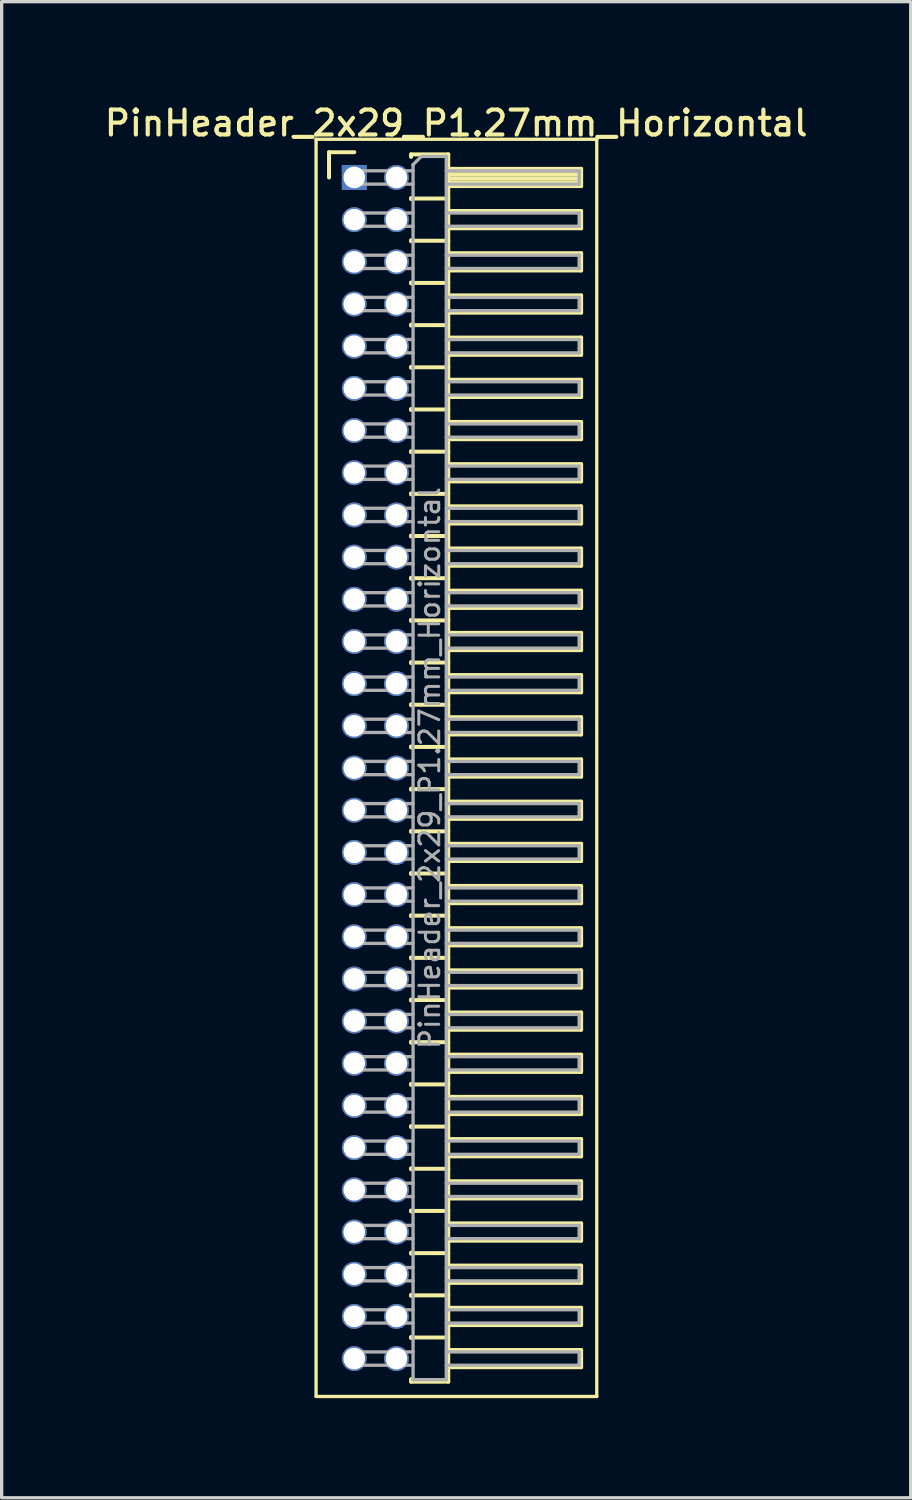
<source format=kicad_pcb>
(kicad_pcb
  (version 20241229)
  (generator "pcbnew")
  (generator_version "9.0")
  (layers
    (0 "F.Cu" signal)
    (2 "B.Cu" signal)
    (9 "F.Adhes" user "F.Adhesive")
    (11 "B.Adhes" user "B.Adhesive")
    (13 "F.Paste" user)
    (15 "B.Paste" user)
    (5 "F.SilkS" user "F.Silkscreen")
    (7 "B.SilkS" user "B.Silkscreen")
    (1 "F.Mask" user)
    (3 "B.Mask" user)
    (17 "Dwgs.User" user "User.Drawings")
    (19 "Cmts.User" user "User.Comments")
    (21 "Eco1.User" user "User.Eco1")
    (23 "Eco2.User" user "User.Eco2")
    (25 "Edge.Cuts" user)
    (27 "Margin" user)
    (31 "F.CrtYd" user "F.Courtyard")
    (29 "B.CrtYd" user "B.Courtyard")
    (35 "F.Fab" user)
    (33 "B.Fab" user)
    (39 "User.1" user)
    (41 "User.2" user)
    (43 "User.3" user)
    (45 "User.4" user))
  (footprint "PinHeader_2x29_P1.27mm_Horizontal"
    (layer "F.Cu")
    (at 7.616 2.293)
    (property "Reference" "PinHeader_2x29_P1.27mm_Horizontal" (at 3.067 -1.635 0) (layer "F.SilkS") (effects (font (size 0.75 0.75) (thickness 0.125))))
    (attr through_hole)
    (fp_line (start -1.15 -1.15) (end -1.15 36.7) (stroke (width 0.1) (type solid)) (layer "F.SilkS"))
    (fp_line (start -1.15 36.7) (end 7.3 36.7) (stroke (width 0.1) (type solid)) (layer "F.SilkS"))
    (fp_line (start -0.76 -0.76) (end 0 -0.76) (stroke (width 0.12) (type solid)) (layer "F.SilkS"))
    (fp_line (start -0.76 0) (end -0.76 -0.76) (stroke (width 0.12) (type solid)) (layer "F.SilkS"))
    (fp_line (start 1.71 -0.695) (end 2.83 -0.695) (stroke (width 0.12) (type solid)) (layer "F.SilkS"))
    (fp_line (start 1.71 -0.62) (end 1.71 -0.695) (stroke (width 0.12) (type solid)) (layer "F.SilkS"))
    (fp_line (start 1.71 0.62) (end 1.71 0.65) (stroke (width 0.12) (type solid)) (layer "F.SilkS"))
    (fp_line (start 1.71 0.635) (end 2.83 0.635) (stroke (width 0.12) (type solid)) (layer "F.SilkS"))
    (fp_line (start 1.71 1.89) (end 1.71 1.92) (stroke (width 0.12) (type solid)) (layer "F.SilkS"))
    (fp_line (start 1.71 1.905) (end 2.83 1.905) (stroke (width 0.12) (type solid)) (layer "F.SilkS"))
    (fp_line (start 1.71 3.16) (end 1.71 3.19) (stroke (width 0.12) (type solid)) (layer "F.SilkS"))
    (fp_line (start 1.71 3.175) (end 2.83 3.175) (stroke (width 0.12) (type solid)) (layer "F.SilkS"))
    (fp_line (start 1.71 4.43) (end 1.71 4.46) (stroke (width 0.12) (type solid)) (layer "F.SilkS"))
    (fp_line (start 1.71 4.445) (end 2.83 4.445) (stroke (width 0.12) (type solid)) (layer "F.SilkS"))
    (fp_line (start 1.71 5.7) (end 1.71 5.73) (stroke (width 0.12) (type solid)) (layer "F.SilkS"))
    (fp_line (start 1.71 5.715) (end 2.83 5.715) (stroke (width 0.12) (type solid)) (layer "F.SilkS"))
    (fp_line (start 1.71 6.97) (end 1.71 7) (stroke (width 0.12) (type solid)) (layer "F.SilkS"))
    (fp_line (start 1.71 6.985) (end 2.83 6.985) (stroke (width 0.12) (type solid)) (layer "F.SilkS"))
    (fp_line (start 1.71 8.24) (end 1.71 8.27) (stroke (width 0.12) (type solid)) (layer "F.SilkS"))
    (fp_line (start 1.71 8.255) (end 2.83 8.255) (stroke (width 0.12) (type solid)) (layer "F.SilkS"))
    (fp_line (start 1.71 9.51) (end 1.71 9.54) (stroke (width 0.12) (type solid)) (layer "F.SilkS"))
    (fp_line (start 1.71 9.525) (end 2.83 9.525) (stroke (width 0.12) (type solid)) (layer "F.SilkS"))
    (fp_line (start 1.71 10.78) (end 1.71 10.81) (stroke (width 0.12) (type solid)) (layer "F.SilkS"))
    (fp_line (start 1.71 10.795) (end 2.83 10.795) (stroke (width 0.12) (type solid)) (layer "F.SilkS"))
    (fp_line (start 1.71 12.05) (end 1.71 12.08) (stroke (width 0.12) (type solid)) (layer "F.SilkS"))
    (fp_line (start 1.71 12.065) (end 2.83 12.065) (stroke (width 0.12) (type solid)) (layer "F.SilkS"))
    (fp_line (start 1.71 13.32) (end 1.71 13.35) (stroke (width 0.12) (type solid)) (layer "F.SilkS"))
    (fp_line (start 1.71 13.335) (end 2.83 13.335) (stroke (width 0.12) (type solid)) (layer "F.SilkS"))
    (fp_line (start 1.71 14.59) (end 1.71 14.62) (stroke (width 0.12) (type solid)) (layer "F.SilkS"))
    (fp_line (start 1.71 14.605) (end 2.83 14.605) (stroke (width 0.12) (type solid)) (layer "F.SilkS"))
    (fp_line (start 1.71 15.86) (end 1.71 15.89) (stroke (width 0.12) (type solid)) (layer "F.SilkS"))
    (fp_line (start 1.71 15.875) (end 2.83 15.875) (stroke (width 0.12) (type solid)) (layer "F.SilkS"))
    (fp_line (start 1.71 17.13) (end 1.71 17.16) (stroke (width 0.12) (type solid)) (layer "F.SilkS"))
    (fp_line (start 1.71 17.145) (end 2.83 17.145) (stroke (width 0.12) (type solid)) (layer "F.SilkS"))
    (fp_line (start 1.71 18.4) (end 1.71 18.43) (stroke (width 0.12) (type solid)) (layer "F.SilkS"))
    (fp_line (start 1.71 18.415) (end 2.83 18.415) (stroke (width 0.12) (type solid)) (layer "F.SilkS"))
    (fp_line (start 1.71 19.67) (end 1.71 19.7) (stroke (width 0.12) (type solid)) (layer "F.SilkS"))
    (fp_line (start 1.71 19.685) (end 2.83 19.685) (stroke (width 0.12) (type solid)) (layer "F.SilkS"))
    (fp_line (start 1.71 20.94) (end 1.71 20.97) (stroke (width 0.12) (type solid)) (layer "F.SilkS"))
    (fp_line (start 1.71 20.955) (end 2.83 20.955) (stroke (width 0.12) (type solid)) (layer "F.SilkS"))
    (fp_line (start 1.71 22.21) (end 1.71 22.24) (stroke (width 0.12) (type solid)) (layer "F.SilkS"))
    (fp_line (start 1.71 22.225) (end 2.83 22.225) (stroke (width 0.12) (type solid)) (layer "F.SilkS"))
    (fp_line (start 1.71 23.48) (end 1.71 23.51) (stroke (width 0.12) (type solid)) (layer "F.SilkS"))
    (fp_line (start 1.71 23.495) (end 2.83 23.495) (stroke (width 0.12) (type solid)) (layer "F.SilkS"))
    (fp_line (start 1.71 24.75) (end 1.71 24.78) (stroke (width 0.12) (type solid)) (layer "F.SilkS"))
    (fp_line (start 1.71 24.765) (end 2.83 24.765) (stroke (width 0.12) (type solid)) (layer "F.SilkS"))
    (fp_line (start 1.71 26.02) (end 1.71 26.05) (stroke (width 0.12) (type solid)) (layer "F.SilkS"))
    (fp_line (start 1.71 26.035) (end 2.83 26.035) (stroke (width 0.12) (type solid)) (layer "F.SilkS"))
    (fp_line (start 1.71 27.29) (end 1.71 27.32) (stroke (width 0.12) (type solid)) (layer "F.SilkS"))
    (fp_line (start 1.71 27.305) (end 2.83 27.305) (stroke (width 0.12) (type solid)) (layer "F.SilkS"))
    (fp_line (start 1.71 28.56) (end 1.71 28.59) (stroke (width 0.12) (type solid)) (layer "F.SilkS"))
    (fp_line (start 1.71 28.575) (end 2.83 28.575) (stroke (width 0.12) (type solid)) (layer "F.SilkS"))
    (fp_line (start 1.71 29.83) (end 1.71 29.86) (stroke (width 0.12) (type solid)) (layer "F.SilkS"))
    (fp_line (start 1.71 29.845) (end 2.83 29.845) (stroke (width 0.12) (type solid)) (layer "F.SilkS"))
    (fp_line (start 1.71 31.1) (end 1.71 31.13) (stroke (width 0.12) (type solid)) (layer "F.SilkS"))
    (fp_line (start 1.71 31.115) (end 2.83 31.115) (stroke (width 0.12) (type solid)) (layer "F.SilkS"))
    (fp_line (start 1.71 32.37) (end 1.71 32.4) (stroke (width 0.12) (type solid)) (layer "F.SilkS"))
    (fp_line (start 1.71 32.385) (end 2.83 32.385) (stroke (width 0.12) (type solid)) (layer "F.SilkS"))
    (fp_line (start 1.71 33.64) (end 1.71 33.67) (stroke (width 0.12) (type solid)) (layer "F.SilkS"))
    (fp_line (start 1.71 33.655) (end 2.83 33.655) (stroke (width 0.12) (type solid)) (layer "F.SilkS"))
    (fp_line (start 1.71 34.91) (end 1.71 34.94) (stroke (width 0.12) (type solid)) (layer "F.SilkS"))
    (fp_line (start 1.71 34.925) (end 2.83 34.925) (stroke (width 0.12) (type solid)) (layer "F.SilkS"))
    (fp_line (start 1.71 36.255) (end 1.71 36.18) (stroke (width 0.12) (type solid)) (layer "F.SilkS"))
    (fp_line (start 2.83 -0.695) (end 2.83 36.255) (stroke (width 0.12) (type solid)) (layer "F.SilkS"))
    (fp_line (start 2.83 -0.26) (end 6.83 -0.26) (stroke (width 0.12) (type solid)) (layer "F.SilkS"))
    (fp_line (start 2.83 -0.2) (end 6.83 -0.2) (stroke (width 0.12) (type solid)) (layer "F.SilkS"))
    (fp_line (start 2.83 -0.08) (end 6.83 -0.08) (stroke (width 0.12) (type solid)) (layer "F.SilkS"))
    (fp_line (start 2.83 0.04) (end 6.83 0.04) (stroke (width 0.12) (type solid)) (layer "F.SilkS"))
    (fp_line (start 2.83 0.16) (end 6.83 0.16) (stroke (width 0.12) (type solid)) (layer "F.SilkS"))
    (fp_line (start 2.83 1.01) (end 6.83 1.01) (stroke (width 0.12) (type solid)) (layer "F.SilkS"))
    (fp_line (start 2.83 2.28) (end 6.83 2.28) (stroke (width 0.12) (type solid)) (layer "F.SilkS"))
    (fp_line (start 2.83 3.55) (end 6.83 3.55) (stroke (width 0.12) (type solid)) (layer "F.SilkS"))
    (fp_line (start 2.83 4.82) (end 6.83 4.82) (stroke (width 0.12) (type solid)) (layer "F.SilkS"))
    (fp_line (start 2.83 6.09) (end 6.83 6.09) (stroke (width 0.12) (type solid)) (layer "F.SilkS"))
    (fp_line (start 2.83 7.36) (end 6.83 7.36) (stroke (width 0.12) (type solid)) (layer "F.SilkS"))
    (fp_line (start 2.83 8.63) (end 6.83 8.63) (stroke (width 0.12) (type solid)) (layer "F.SilkS"))
    (fp_line (start 2.83 9.9) (end 6.83 9.9) (stroke (width 0.12) (type solid)) (layer "F.SilkS"))
    (fp_line (start 2.83 11.17) (end 6.83 11.17) (stroke (width 0.12) (type solid)) (layer "F.SilkS"))
    (fp_line (start 2.83 12.44) (end 6.83 12.44) (stroke (width 0.12) (type solid)) (layer "F.SilkS"))
    (fp_line (start 2.83 13.71) (end 6.83 13.71) (stroke (width 0.12) (type solid)) (layer "F.SilkS"))
    (fp_line (start 2.83 14.98) (end 6.83 14.98) (stroke (width 0.12) (type solid)) (layer "F.SilkS"))
    (fp_line (start 2.83 16.25) (end 6.83 16.25) (stroke (width 0.12) (type solid)) (layer "F.SilkS"))
    (fp_line (start 2.83 17.52) (end 6.83 17.52) (stroke (width 0.12) (type solid)) (layer "F.SilkS"))
    (fp_line (start 2.83 18.79) (end 6.83 18.79) (stroke (width 0.12) (type solid)) (layer "F.SilkS"))
    (fp_line (start 2.83 20.06) (end 6.83 20.06) (stroke (width 0.12) (type solid)) (layer "F.SilkS"))
    (fp_line (start 2.83 21.33) (end 6.83 21.33) (stroke (width 0.12) (type solid)) (layer "F.SilkS"))
    (fp_line (start 2.83 22.6) (end 6.83 22.6) (stroke (width 0.12) (type solid)) (layer "F.SilkS"))
    (fp_line (start 2.83 23.87) (end 6.83 23.87) (stroke (width 0.12) (type solid)) (layer "F.SilkS"))
    (fp_line (start 2.83 25.14) (end 6.83 25.14) (stroke (width 0.12) (type solid)) (layer "F.SilkS"))
    (fp_line (start 2.83 26.41) (end 6.83 26.41) (stroke (width 0.12) (type solid)) (layer "F.SilkS"))
    (fp_line (start 2.83 27.68) (end 6.83 27.68) (stroke (width 0.12) (type solid)) (layer "F.SilkS"))
    (fp_line (start 2.83 28.95) (end 6.83 28.95) (stroke (width 0.12) (type solid)) (layer "F.SilkS"))
    (fp_line (start 2.83 30.22) (end 6.83 30.22) (stroke (width 0.12) (type solid)) (layer "F.SilkS"))
    (fp_line (start 2.83 31.49) (end 6.83 31.49) (stroke (width 0.12) (type solid)) (layer "F.SilkS"))
    (fp_line (start 2.83 32.76) (end 6.83 32.76) (stroke (width 0.12) (type solid)) (layer "F.SilkS"))
    (fp_line (start 2.83 34.03) (end 6.83 34.03) (stroke (width 0.12) (type solid)) (layer "F.SilkS"))
    (fp_line (start 2.83 35.3) (end 6.83 35.3) (stroke (width 0.12) (type solid)) (layer "F.SilkS"))
    (fp_line (start 2.83 36.255) (end 1.71 36.255) (stroke (width 0.12) (type solid)) (layer "F.SilkS"))
    (fp_line (start 6.83 -0.26) (end 6.83 0.26) (stroke (width 0.12) (type solid)) (layer "F.SilkS"))
    (fp_line (start 6.83 0.26) (end 2.83 0.26) (stroke (width 0.12) (type solid)) (layer "F.SilkS"))
    (fp_line (start 6.83 1.01) (end 6.83 1.53) (stroke (width 0.12) (type solid)) (layer "F.SilkS"))
    (fp_line (start 6.83 1.53) (end 2.83 1.53) (stroke (width 0.12) (type solid)) (layer "F.SilkS"))
    (fp_line (start 6.83 2.28) (end 6.83 2.8) (stroke (width 0.12) (type solid)) (layer "F.SilkS"))
    (fp_line (start 6.83 2.8) (end 2.83 2.8) (stroke (width 0.12) (type solid)) (layer "F.SilkS"))
    (fp_line (start 6.83 3.55) (end 6.83 4.07) (stroke (width 0.12) (type solid)) (layer "F.SilkS"))
    (fp_line (start 6.83 4.07) (end 2.83 4.07) (stroke (width 0.12) (type solid)) (layer "F.SilkS"))
    (fp_line (start 6.83 4.82) (end 6.83 5.34) (stroke (width 0.12) (type solid)) (layer "F.SilkS"))
    (fp_line (start 6.83 5.34) (end 2.83 5.34) (stroke (width 0.12) (type solid)) (layer "F.SilkS"))
    (fp_line (start 6.83 6.09) (end 6.83 6.61) (stroke (width 0.12) (type solid)) (layer "F.SilkS"))
    (fp_line (start 6.83 6.61) (end 2.83 6.61) (stroke (width 0.12) (type solid)) (layer "F.SilkS"))
    (fp_line (start 6.83 7.36) (end 6.83 7.88) (stroke (width 0.12) (type solid)) (layer "F.SilkS"))
    (fp_line (start 6.83 7.88) (end 2.83 7.88) (stroke (width 0.12) (type solid)) (layer "F.SilkS"))
    (fp_line (start 6.83 8.63) (end 6.83 9.15) (stroke (width 0.12) (type solid)) (layer "F.SilkS"))
    (fp_line (start 6.83 9.15) (end 2.83 9.15) (stroke (width 0.12) (type solid)) (layer "F.SilkS"))
    (fp_line (start 6.83 9.9) (end 6.83 10.42) (stroke (width 0.12) (type solid)) (layer "F.SilkS"))
    (fp_line (start 6.83 10.42) (end 2.83 10.42) (stroke (width 0.12) (type solid)) (layer "F.SilkS"))
    (fp_line (start 6.83 11.17) (end 6.83 11.69) (stroke (width 0.12) (type solid)) (layer "F.SilkS"))
    (fp_line (start 6.83 11.69) (end 2.83 11.69) (stroke (width 0.12) (type solid)) (layer "F.SilkS"))
    (fp_line (start 6.83 12.44) (end 6.83 12.96) (stroke (width 0.12) (type solid)) (layer "F.SilkS"))
    (fp_line (start 6.83 12.96) (end 2.83 12.96) (stroke (width 0.12) (type solid)) (layer "F.SilkS"))
    (fp_line (start 6.83 13.71) (end 6.83 14.23) (stroke (width 0.12) (type solid)) (layer "F.SilkS"))
    (fp_line (start 6.83 14.23) (end 2.83 14.23) (stroke (width 0.12) (type solid)) (layer "F.SilkS"))
    (fp_line (start 6.83 14.98) (end 6.83 15.5) (stroke (width 0.12) (type solid)) (layer "F.SilkS"))
    (fp_line (start 6.83 15.5) (end 2.83 15.5) (stroke (width 0.12) (type solid)) (layer "F.SilkS"))
    (fp_line (start 6.83 16.25) (end 6.83 16.77) (stroke (width 0.12) (type solid)) (layer "F.SilkS"))
    (fp_line (start 6.83 16.77) (end 2.83 16.77) (stroke (width 0.12) (type solid)) (layer "F.SilkS"))
    (fp_line (start 6.83 17.52) (end 6.83 18.04) (stroke (width 0.12) (type solid)) (layer "F.SilkS"))
    (fp_line (start 6.83 18.04) (end 2.83 18.04) (stroke (width 0.12) (type solid)) (layer "F.SilkS"))
    (fp_line (start 6.83 18.79) (end 6.83 19.31) (stroke (width 0.12) (type solid)) (layer "F.SilkS"))
    (fp_line (start 6.83 19.31) (end 2.83 19.31) (stroke (width 0.12) (type solid)) (layer "F.SilkS"))
    (fp_line (start 6.83 20.06) (end 6.83 20.58) (stroke (width 0.12) (type solid)) (layer "F.SilkS"))
    (fp_line (start 6.83 20.58) (end 2.83 20.58) (stroke (width 0.12) (type solid)) (layer "F.SilkS"))
    (fp_line (start 6.83 21.33) (end 6.83 21.85) (stroke (width 0.12) (type solid)) (layer "F.SilkS"))
    (fp_line (start 6.83 21.85) (end 2.83 21.85) (stroke (width 0.12) (type solid)) (layer "F.SilkS"))
    (fp_line (start 6.83 22.6) (end 6.83 23.12) (stroke (width 0.12) (type solid)) (layer "F.SilkS"))
    (fp_line (start 6.83 23.12) (end 2.83 23.12) (stroke (width 0.12) (type solid)) (layer "F.SilkS"))
    (fp_line (start 6.83 23.87) (end 6.83 24.39) (stroke (width 0.12) (type solid)) (layer "F.SilkS"))
    (fp_line (start 6.83 24.39) (end 2.83 24.39) (stroke (width 0.12) (type solid)) (layer "F.SilkS"))
    (fp_line (start 6.83 25.14) (end 6.83 25.66) (stroke (width 0.12) (type solid)) (layer "F.SilkS"))
    (fp_line (start 6.83 25.66) (end 2.83 25.66) (stroke (width 0.12) (type solid)) (layer "F.SilkS"))
    (fp_line (start 6.83 26.41) (end 6.83 26.93) (stroke (width 0.12) (type solid)) (layer "F.SilkS"))
    (fp_line (start 6.83 26.93) (end 2.83 26.93) (stroke (width 0.12) (type solid)) (layer "F.SilkS"))
    (fp_line (start 6.83 27.68) (end 6.83 28.2) (stroke (width 0.12) (type solid)) (layer "F.SilkS"))
    (fp_line (start 6.83 28.2) (end 2.83 28.2) (stroke (width 0.12) (type solid)) (layer "F.SilkS"))
    (fp_line (start 6.83 28.95) (end 6.83 29.47) (stroke (width 0.12) (type solid)) (layer "F.SilkS"))
    (fp_line (start 6.83 29.47) (end 2.83 29.47) (stroke (width 0.12) (type solid)) (layer "F.SilkS"))
    (fp_line (start 6.83 30.22) (end 6.83 30.74) (stroke (width 0.12) (type solid)) (layer "F.SilkS"))
    (fp_line (start 6.83 30.74) (end 2.83 30.74) (stroke (width 0.12) (type solid)) (layer "F.SilkS"))
    (fp_line (start 6.83 31.49) (end 6.83 32.01) (stroke (width 0.12) (type solid)) (layer "F.SilkS"))
    (fp_line (start 6.83 32.01) (end 2.83 32.01) (stroke (width 0.12) (type solid)) (layer "F.SilkS"))
    (fp_line (start 6.83 32.76) (end 6.83 33.28) (stroke (width 0.12) (type solid)) (layer "F.SilkS"))
    (fp_line (start 6.83 33.28) (end 2.83 33.28) (stroke (width 0.12) (type solid)) (layer "F.SilkS"))
    (fp_line (start 6.83 34.03) (end 6.83 34.55) (stroke (width 0.12) (type solid)) (layer "F.SilkS"))
    (fp_line (start 6.83 34.55) (end 2.83 34.55) (stroke (width 0.12) (type solid)) (layer "F.SilkS"))
    (fp_line (start 6.83 35.3) (end 6.83 35.82) (stroke (width 0.12) (type solid)) (layer "F.SilkS"))
    (fp_line (start 6.83 35.82) (end 2.83 35.82) (stroke (width 0.12) (type solid)) (layer "F.SilkS"))
    (fp_line (start 7.3 -1.15) (end -1.15 -1.15) (stroke (width 0.1) (type solid)) (layer "F.SilkS"))
    (fp_line (start 7.3 36.7) (end 7.3 -1.15) (stroke (width 0.1) (type solid)) (layer "F.SilkS"))
    (fp_line (start -0.2 -0.2) (end -0.2 0.2) (stroke (width 0.1) (type solid)) (layer "F.Fab"))
    (fp_line (start -0.2 -0.2) (end 1.77 -0.2) (stroke (width 0.1) (type solid)) (layer "F.Fab"))
    (fp_line (start -0.2 0.2) (end 1.77 0.2) (stroke (width 0.1) (type solid)) (layer "F.Fab"))
    (fp_line (start -0.2 1.07) (end -0.2 1.47) (stroke (width 0.1) (type solid)) (layer "F.Fab"))
    (fp_line (start -0.2 1.07) (end 1.77 1.07) (stroke (width 0.1) (type solid)) (layer "F.Fab"))
    (fp_line (start -0.2 1.47) (end 1.77 1.47) (stroke (width 0.1) (type solid)) (layer "F.Fab"))
    (fp_line (start -0.2 2.34) (end -0.2 2.74) (stroke (width 0.1) (type solid)) (layer "F.Fab"))
    (fp_line (start -0.2 2.34) (end 1.77 2.34) (stroke (width 0.1) (type solid)) (layer "F.Fab"))
    (fp_line (start -0.2 2.74) (end 1.77 2.74) (stroke (width 0.1) (type solid)) (layer "F.Fab"))
    (fp_line (start -0.2 3.61) (end -0.2 4.01) (stroke (width 0.1) (type solid)) (layer "F.Fab"))
    (fp_line (start -0.2 3.61) (end 1.77 3.61) (stroke (width 0.1) (type solid)) (layer "F.Fab"))
    (fp_line (start -0.2 4.01) (end 1.77 4.01) (stroke (width 0.1) (type solid)) (layer "F.Fab"))
    (fp_line (start -0.2 4.88) (end -0.2 5.28) (stroke (width 0.1) (type solid)) (layer "F.Fab"))
    (fp_line (start -0.2 4.88) (end 1.77 4.88) (stroke (width 0.1) (type solid)) (layer "F.Fab"))
    (fp_line (start -0.2 5.28) (end 1.77 5.28) (stroke (width 0.1) (type solid)) (layer "F.Fab"))
    (fp_line (start -0.2 6.15) (end -0.2 6.55) (stroke (width 0.1) (type solid)) (layer "F.Fab"))
    (fp_line (start -0.2 6.15) (end 1.77 6.15) (stroke (width 0.1) (type solid)) (layer "F.Fab"))
    (fp_line (start -0.2 6.55) (end 1.77 6.55) (stroke (width 0.1) (type solid)) (layer "F.Fab"))
    (fp_line (start -0.2 7.42) (end -0.2 7.82) (stroke (width 0.1) (type solid)) (layer "F.Fab"))
    (fp_line (start -0.2 7.42) (end 1.77 7.42) (stroke (width 0.1) (type solid)) (layer "F.Fab"))
    (fp_line (start -0.2 7.82) (end 1.77 7.82) (stroke (width 0.1) (type solid)) (layer "F.Fab"))
    (fp_line (start -0.2 8.69) (end -0.2 9.09) (stroke (width 0.1) (type solid)) (layer "F.Fab"))
    (fp_line (start -0.2 8.69) (end 1.77 8.69) (stroke (width 0.1) (type solid)) (layer "F.Fab"))
    (fp_line (start -0.2 9.09) (end 1.77 9.09) (stroke (width 0.1) (type solid)) (layer "F.Fab"))
    (fp_line (start -0.2 9.96) (end -0.2 10.36) (stroke (width 0.1) (type solid)) (layer "F.Fab"))
    (fp_line (start -0.2 9.96) (end 1.77 9.96) (stroke (width 0.1) (type solid)) (layer "F.Fab"))
    (fp_line (start -0.2 10.36) (end 1.77 10.36) (stroke (width 0.1) (type solid)) (layer "F.Fab"))
    (fp_line (start -0.2 11.23) (end -0.2 11.63) (stroke (width 0.1) (type solid)) (layer "F.Fab"))
    (fp_line (start -0.2 11.23) (end 1.77 11.23) (stroke (width 0.1) (type solid)) (layer "F.Fab"))
    (fp_line (start -0.2 11.63) (end 1.77 11.63) (stroke (width 0.1) (type solid)) (layer "F.Fab"))
    (fp_line (start -0.2 12.5) (end -0.2 12.9) (stroke (width 0.1) (type solid)) (layer "F.Fab"))
    (fp_line (start -0.2 12.5) (end 1.77 12.5) (stroke (width 0.1) (type solid)) (layer "F.Fab"))
    (fp_line (start -0.2 12.9) (end 1.77 12.9) (stroke (width 0.1) (type solid)) (layer "F.Fab"))
    (fp_line (start -0.2 13.77) (end -0.2 14.17) (stroke (width 0.1) (type solid)) (layer "F.Fab"))
    (fp_line (start -0.2 13.77) (end 1.77 13.77) (stroke (width 0.1) (type solid)) (layer "F.Fab"))
    (fp_line (start -0.2 14.17) (end 1.77 14.17) (stroke (width 0.1) (type solid)) (layer "F.Fab"))
    (fp_line (start -0.2 15.04) (end -0.2 15.44) (stroke (width 0.1) (type solid)) (layer "F.Fab"))
    (fp_line (start -0.2 15.04) (end 1.77 15.04) (stroke (width 0.1) (type solid)) (layer "F.Fab"))
    (fp_line (start -0.2 15.44) (end 1.77 15.44) (stroke (width 0.1) (type solid)) (layer "F.Fab"))
    (fp_line (start -0.2 16.31) (end -0.2 16.71) (stroke (width 0.1) (type solid)) (layer "F.Fab"))
    (fp_line (start -0.2 16.31) (end 1.77 16.31) (stroke (width 0.1) (type solid)) (layer "F.Fab"))
    (fp_line (start -0.2 16.71) (end 1.77 16.71) (stroke (width 0.1) (type solid)) (layer "F.Fab"))
    (fp_line (start -0.2 17.58) (end -0.2 17.98) (stroke (width 0.1) (type solid)) (layer "F.Fab"))
    (fp_line (start -0.2 17.58) (end 1.77 17.58) (stroke (width 0.1) (type solid)) (layer "F.Fab"))
    (fp_line (start -0.2 17.98) (end 1.77 17.98) (stroke (width 0.1) (type solid)) (layer "F.Fab"))
    (fp_line (start -0.2 18.85) (end -0.2 19.25) (stroke (width 0.1) (type solid)) (layer "F.Fab"))
    (fp_line (start -0.2 18.85) (end 1.77 18.85) (stroke (width 0.1) (type solid)) (layer "F.Fab"))
    (fp_line (start -0.2 19.25) (end 1.77 19.25) (stroke (width 0.1) (type solid)) (layer "F.Fab"))
    (fp_line (start -0.2 20.12) (end -0.2 20.52) (stroke (width 0.1) (type solid)) (layer "F.Fab"))
    (fp_line (start -0.2 20.12) (end 1.77 20.12) (stroke (width 0.1) (type solid)) (layer "F.Fab"))
    (fp_line (start -0.2 20.52) (end 1.77 20.52) (stroke (width 0.1) (type solid)) (layer "F.Fab"))
    (fp_line (start -0.2 21.39) (end -0.2 21.79) (stroke (width 0.1) (type solid)) (layer "F.Fab"))
    (fp_line (start -0.2 21.39) (end 1.77 21.39) (stroke (width 0.1) (type solid)) (layer "F.Fab"))
    (fp_line (start -0.2 21.79) (end 1.77 21.79) (stroke (width 0.1) (type solid)) (layer "F.Fab"))
    (fp_line (start -0.2 22.66) (end -0.2 23.06) (stroke (width 0.1) (type solid)) (layer "F.Fab"))
    (fp_line (start -0.2 22.66) (end 1.77 22.66) (stroke (width 0.1) (type solid)) (layer "F.Fab"))
    (fp_line (start -0.2 23.06) (end 1.77 23.06) (stroke (width 0.1) (type solid)) (layer "F.Fab"))
    (fp_line (start -0.2 23.93) (end -0.2 24.33) (stroke (width 0.1) (type solid)) (layer "F.Fab"))
    (fp_line (start -0.2 23.93) (end 1.77 23.93) (stroke (width 0.1) (type solid)) (layer "F.Fab"))
    (fp_line (start -0.2 24.33) (end 1.77 24.33) (stroke (width 0.1) (type solid)) (layer "F.Fab"))
    (fp_line (start -0.2 25.2) (end -0.2 25.6) (stroke (width 0.1) (type solid)) (layer "F.Fab"))
    (fp_line (start -0.2 25.2) (end 1.77 25.2) (stroke (width 0.1) (type solid)) (layer "F.Fab"))
    (fp_line (start -0.2 25.6) (end 1.77 25.6) (stroke (width 0.1) (type solid)) (layer "F.Fab"))
    (fp_line (start -0.2 26.47) (end -0.2 26.87) (stroke (width 0.1) (type solid)) (layer "F.Fab"))
    (fp_line (start -0.2 26.47) (end 1.77 26.47) (stroke (width 0.1) (type solid)) (layer "F.Fab"))
    (fp_line (start -0.2 26.87) (end 1.77 26.87) (stroke (width 0.1) (type solid)) (layer "F.Fab"))
    (fp_line (start -0.2 27.74) (end -0.2 28.14) (stroke (width 0.1) (type solid)) (layer "F.Fab"))
    (fp_line (start -0.2 27.74) (end 1.77 27.74) (stroke (width 0.1) (type solid)) (layer "F.Fab"))
    (fp_line (start -0.2 28.14) (end 1.77 28.14) (stroke (width 0.1) (type solid)) (layer "F.Fab"))
    (fp_line (start -0.2 29.01) (end -0.2 29.41) (stroke (width 0.1) (type solid)) (layer "F.Fab"))
    (fp_line (start -0.2 29.01) (end 1.77 29.01) (stroke (width 0.1) (type solid)) (layer "F.Fab"))
    (fp_line (start -0.2 29.41) (end 1.77 29.41) (stroke (width 0.1) (type solid)) (layer "F.Fab"))
    (fp_line (start -0.2 30.28) (end -0.2 30.68) (stroke (width 0.1) (type solid)) (layer "F.Fab"))
    (fp_line (start -0.2 30.28) (end 1.77 30.28) (stroke (width 0.1) (type solid)) (layer "F.Fab"))
    (fp_line (start -0.2 30.68) (end 1.77 30.68) (stroke (width 0.1) (type solid)) (layer "F.Fab"))
    (fp_line (start -0.2 31.55) (end -0.2 31.95) (stroke (width 0.1) (type solid)) (layer "F.Fab"))
    (fp_line (start -0.2 31.55) (end 1.77 31.55) (stroke (width 0.1) (type solid)) (layer "F.Fab"))
    (fp_line (start -0.2 31.95) (end 1.77 31.95) (stroke (width 0.1) (type solid)) (layer "F.Fab"))
    (fp_line (start -0.2 32.82) (end -0.2 33.22) (stroke (width 0.1) (type solid)) (layer "F.Fab"))
    (fp_line (start -0.2 32.82) (end 1.77 32.82) (stroke (width 0.1) (type solid)) (layer "F.Fab"))
    (fp_line (start -0.2 33.22) (end 1.77 33.22) (stroke (width 0.1) (type solid)) (layer "F.Fab"))
    (fp_line (start -0.2 34.09) (end -0.2 34.49) (stroke (width 0.1) (type solid)) (layer "F.Fab"))
    (fp_line (start -0.2 34.09) (end 1.77 34.09) (stroke (width 0.1) (type solid)) (layer "F.Fab"))
    (fp_line (start -0.2 34.49) (end 1.77 34.49) (stroke (width 0.1) (type solid)) (layer "F.Fab"))
    (fp_line (start -0.2 35.36) (end -0.2 35.76) (stroke (width 0.1) (type solid)) (layer "F.Fab"))
    (fp_line (start -0.2 35.36) (end 1.77 35.36) (stroke (width 0.1) (type solid)) (layer "F.Fab"))
    (fp_line (start -0.2 35.76) (end 1.77 35.76) (stroke (width 0.1) (type solid)) (layer "F.Fab"))
    (fp_line (start 1.77 -0.385) (end 2.02 -0.635) (stroke (width 0.1) (type solid)) (layer "F.Fab"))
    (fp_line (start 1.77 36.195) (end 1.77 -0.385) (stroke (width 0.1) (type solid)) (layer "F.Fab"))
    (fp_line (start 2.02 -0.635) (end 2.77 -0.635) (stroke (width 0.1) (type solid)) (layer "F.Fab"))
    (fp_line (start 2.77 -0.635) (end 2.77 36.195) (stroke (width 0.1) (type solid)) (layer "F.Fab"))
    (fp_line (start 2.77 -0.2) (end 6.77 -0.2) (stroke (width 0.1) (type solid)) (layer "F.Fab"))
    (fp_line (start 2.77 0.2) (end 6.77 0.2) (stroke (width 0.1) (type solid)) (layer "F.Fab"))
    (fp_line (start 2.77 1.07) (end 6.77 1.07) (stroke (width 0.1) (type solid)) (layer "F.Fab"))
    (fp_line (start 2.77 1.47) (end 6.77 1.47) (stroke (width 0.1) (type solid)) (layer "F.Fab"))
    (fp_line (start 2.77 2.34) (end 6.77 2.34) (stroke (width 0.1) (type solid)) (layer "F.Fab"))
    (fp_line (start 2.77 2.74) (end 6.77 2.74) (stroke (width 0.1) (type solid)) (layer "F.Fab"))
    (fp_line (start 2.77 3.61) (end 6.77 3.61) (stroke (width 0.1) (type solid)) (layer "F.Fab"))
    (fp_line (start 2.77 4.01) (end 6.77 4.01) (stroke (width 0.1) (type solid)) (layer "F.Fab"))
    (fp_line (start 2.77 4.88) (end 6.77 4.88) (stroke (width 0.1) (type solid)) (layer "F.Fab"))
    (fp_line (start 2.77 5.28) (end 6.77 5.28) (stroke (width 0.1) (type solid)) (layer "F.Fab"))
    (fp_line (start 2.77 6.15) (end 6.77 6.15) (stroke (width 0.1) (type solid)) (layer "F.Fab"))
    (fp_line (start 2.77 6.55) (end 6.77 6.55) (stroke (width 0.1) (type solid)) (layer "F.Fab"))
    (fp_line (start 2.77 7.42) (end 6.77 7.42) (stroke (width 0.1) (type solid)) (layer "F.Fab"))
    (fp_line (start 2.77 7.82) (end 6.77 7.82) (stroke (width 0.1) (type solid)) (layer "F.Fab"))
    (fp_line (start 2.77 8.69) (end 6.77 8.69) (stroke (width 0.1) (type solid)) (layer "F.Fab"))
    (fp_line (start 2.77 9.09) (end 6.77 9.09) (stroke (width 0.1) (type solid)) (layer "F.Fab"))
    (fp_line (start 2.77 9.96) (end 6.77 9.96) (stroke (width 0.1) (type solid)) (layer "F.Fab"))
    (fp_line (start 2.77 10.36) (end 6.77 10.36) (stroke (width 0.1) (type solid)) (layer "F.Fab"))
    (fp_line (start 2.77 11.23) (end 6.77 11.23) (stroke (width 0.1) (type solid)) (layer "F.Fab"))
    (fp_line (start 2.77 11.63) (end 6.77 11.63) (stroke (width 0.1) (type solid)) (layer "F.Fab"))
    (fp_line (start 2.77 12.5) (end 6.77 12.5) (stroke (width 0.1) (type solid)) (layer "F.Fab"))
    (fp_line (start 2.77 12.9) (end 6.77 12.9) (stroke (width 0.1) (type solid)) (layer "F.Fab"))
    (fp_line (start 2.77 13.77) (end 6.77 13.77) (stroke (width 0.1) (type solid)) (layer "F.Fab"))
    (fp_line (start 2.77 14.17) (end 6.77 14.17) (stroke (width 0.1) (type solid)) (layer "F.Fab"))
    (fp_line (start 2.77 15.04) (end 6.77 15.04) (stroke (width 0.1) (type solid)) (layer "F.Fab"))
    (fp_line (start 2.77 15.44) (end 6.77 15.44) (stroke (width 0.1) (type solid)) (layer "F.Fab"))
    (fp_line (start 2.77 16.31) (end 6.77 16.31) (stroke (width 0.1) (type solid)) (layer "F.Fab"))
    (fp_line (start 2.77 16.71) (end 6.77 16.71) (stroke (width 0.1) (type solid)) (layer "F.Fab"))
    (fp_line (start 2.77 17.58) (end 6.77 17.58) (stroke (width 0.1) (type solid)) (layer "F.Fab"))
    (fp_line (start 2.77 17.98) (end 6.77 17.98) (stroke (width 0.1) (type solid)) (layer "F.Fab"))
    (fp_line (start 2.77 18.85) (end 6.77 18.85) (stroke (width 0.1) (type solid)) (layer "F.Fab"))
    (fp_line (start 2.77 19.25) (end 6.77 19.25) (stroke (width 0.1) (type solid)) (layer "F.Fab"))
    (fp_line (start 2.77 20.12) (end 6.77 20.12) (stroke (width 0.1) (type solid)) (layer "F.Fab"))
    (fp_line (start 2.77 20.52) (end 6.77 20.52) (stroke (width 0.1) (type solid)) (layer "F.Fab"))
    (fp_line (start 2.77 21.39) (end 6.77 21.39) (stroke (width 0.1) (type solid)) (layer "F.Fab"))
    (fp_line (start 2.77 21.79) (end 6.77 21.79) (stroke (width 0.1) (type solid)) (layer "F.Fab"))
    (fp_line (start 2.77 22.66) (end 6.77 22.66) (stroke (width 0.1) (type solid)) (layer "F.Fab"))
    (fp_line (start 2.77 23.06) (end 6.77 23.06) (stroke (width 0.1) (type solid)) (layer "F.Fab"))
    (fp_line (start 2.77 23.93) (end 6.77 23.93) (stroke (width 0.1) (type solid)) (layer "F.Fab"))
    (fp_line (start 2.77 24.33) (end 6.77 24.33) (stroke (width 0.1) (type solid)) (layer "F.Fab"))
    (fp_line (start 2.77 25.2) (end 6.77 25.2) (stroke (width 0.1) (type solid)) (layer "F.Fab"))
    (fp_line (start 2.77 25.6) (end 6.77 25.6) (stroke (width 0.1) (type solid)) (layer "F.Fab"))
    (fp_line (start 2.77 26.47) (end 6.77 26.47) (stroke (width 0.1) (type solid)) (layer "F.Fab"))
    (fp_line (start 2.77 26.87) (end 6.77 26.87) (stroke (width 0.1) (type solid)) (layer "F.Fab"))
    (fp_line (start 2.77 27.74) (end 6.77 27.74) (stroke (width 0.1) (type solid)) (layer "F.Fab"))
    (fp_line (start 2.77 28.14) (end 6.77 28.14) (stroke (width 0.1) (type solid)) (layer "F.Fab"))
    (fp_line (start 2.77 29.01) (end 6.77 29.01) (stroke (width 0.1) (type solid)) (layer "F.Fab"))
    (fp_line (start 2.77 29.41) (end 6.77 29.41) (stroke (width 0.1) (type solid)) (layer "F.Fab"))
    (fp_line (start 2.77 30.28) (end 6.77 30.28) (stroke (width 0.1) (type solid)) (layer "F.Fab"))
    (fp_line (start 2.77 30.68) (end 6.77 30.68) (stroke (width 0.1) (type solid)) (layer "F.Fab"))
    (fp_line (start 2.77 31.55) (end 6.77 31.55) (stroke (width 0.1) (type solid)) (layer "F.Fab"))
    (fp_line (start 2.77 31.95) (end 6.77 31.95) (stroke (width 0.1) (type solid)) (layer "F.Fab"))
    (fp_line (start 2.77 32.82) (end 6.77 32.82) (stroke (width 0.1) (type solid)) (layer "F.Fab"))
    (fp_line (start 2.77 33.22) (end 6.77 33.22) (stroke (width 0.1) (type solid)) (layer "F.Fab"))
    (fp_line (start 2.77 34.09) (end 6.77 34.09) (stroke (width 0.1) (type solid)) (layer "F.Fab"))
    (fp_line (start 2.77 34.49) (end 6.77 34.49) (stroke (width 0.1) (type solid)) (layer "F.Fab"))
    (fp_line (start 2.77 35.36) (end 6.77 35.36) (stroke (width 0.1) (type solid)) (layer "F.Fab"))
    (fp_line (start 2.77 35.76) (end 6.77 35.76) (stroke (width 0.1) (type solid)) (layer "F.Fab"))
    (fp_line (start 2.77 36.195) (end 1.77 36.195) (stroke (width 0.1) (type solid)) (layer "F.Fab"))
    (fp_line (start 6.77 -0.2) (end 6.77 0.2) (stroke (width 0.1) (type solid)) (layer "F.Fab"))
    (fp_line (start 6.77 1.07) (end 6.77 1.47) (stroke (width 0.1) (type solid)) (layer "F.Fab"))
    (fp_line (start 6.77 2.34) (end 6.77 2.74) (stroke (width 0.1) (type solid)) (layer "F.Fab"))
    (fp_line (start 6.77 3.61) (end 6.77 4.01) (stroke (width 0.1) (type solid)) (layer "F.Fab"))
    (fp_line (start 6.77 4.88) (end 6.77 5.28) (stroke (width 0.1) (type solid)) (layer "F.Fab"))
    (fp_line (start 6.77 6.15) (end 6.77 6.55) (stroke (width 0.1) (type solid)) (layer "F.Fab"))
    (fp_line (start 6.77 7.42) (end 6.77 7.82) (stroke (width 0.1) (type solid)) (layer "F.Fab"))
    (fp_line (start 6.77 8.69) (end 6.77 9.09) (stroke (width 0.1) (type solid)) (layer "F.Fab"))
    (fp_line (start 6.77 9.96) (end 6.77 10.36) (stroke (width 0.1) (type solid)) (layer "F.Fab"))
    (fp_line (start 6.77 11.23) (end 6.77 11.63) (stroke (width 0.1) (type solid)) (layer "F.Fab"))
    (fp_line (start 6.77 12.5) (end 6.77 12.9) (stroke (width 0.1) (type solid)) (layer "F.Fab"))
    (fp_line (start 6.77 13.77) (end 6.77 14.17) (stroke (width 0.1) (type solid)) (layer "F.Fab"))
    (fp_line (start 6.77 15.04) (end 6.77 15.44) (stroke (width 0.1) (type solid)) (layer "F.Fab"))
    (fp_line (start 6.77 16.31) (end 6.77 16.71) (stroke (width 0.1) (type solid)) (layer "F.Fab"))
    (fp_line (start 6.77 17.58) (end 6.77 17.98) (stroke (width 0.1) (type solid)) (layer "F.Fab"))
    (fp_line (start 6.77 18.85) (end 6.77 19.25) (stroke (width 0.1) (type solid)) (layer "F.Fab"))
    (fp_line (start 6.77 20.12) (end 6.77 20.52) (stroke (width 0.1) (type solid)) (layer "F.Fab"))
    (fp_line (start 6.77 21.39) (end 6.77 21.79) (stroke (width 0.1) (type solid)) (layer "F.Fab"))
    (fp_line (start 6.77 22.66) (end 6.77 23.06) (stroke (width 0.1) (type solid)) (layer "F.Fab"))
    (fp_line (start 6.77 23.93) (end 6.77 24.33) (stroke (width 0.1) (type solid)) (layer "F.Fab"))
    (fp_line (start 6.77 25.2) (end 6.77 25.6) (stroke (width 0.1) (type solid)) (layer "F.Fab"))
    (fp_line (start 6.77 26.47) (end 6.77 26.87) (stroke (width 0.1) (type solid)) (layer "F.Fab"))
    (fp_line (start 6.77 27.74) (end 6.77 28.14) (stroke (width 0.1) (type solid)) (layer "F.Fab"))
    (fp_line (start 6.77 29.01) (end 6.77 29.41) (stroke (width 0.1) (type solid)) (layer "F.Fab"))
    (fp_line (start 6.77 30.28) (end 6.77 30.68) (stroke (width 0.1) (type solid)) (layer "F.Fab"))
    (fp_line (start 6.77 31.55) (end 6.77 31.95) (stroke (width 0.1) (type solid)) (layer "F.Fab"))
    (fp_line (start 6.77 32.82) (end 6.77 33.22) (stroke (width 0.1) (type solid)) (layer "F.Fab"))
    (fp_line (start 6.77 34.09) (end 6.77 34.49) (stroke (width 0.1) (type solid)) (layer "F.Fab"))
    (fp_line (start 6.77 35.36) (end 6.77 35.76) (stroke (width 0.1) (type solid)) (layer "F.Fab"))
    (fp_text user "${REFERENCE}" (at 2.27 17.78 90) (layer "F.Fab") (effects (font (size 0.6 0.6) (thickness 0.09))))
    (pad "1" thru_hole rect (at 0 0) (size 0.75 0.75) (drill 0.65) (layers "*.Cu" "*.Mask"))
    (pad "2" thru_hole oval (at 1.27 0) (size 0.75 0.75) (drill 0.65) (layers "*.Cu" "*.Mask"))
    (pad "3" thru_hole oval (at 0 1.27) (size 0.75 0.75) (drill 0.65) (layers "*.Cu" "*.Mask"))
    (pad "4" thru_hole oval (at 1.27 1.27) (size 0.75 0.75) (drill 0.65) (layers "*.Cu" "*.Mask"))
    (pad "5" thru_hole oval (at 0 2.54) (size 0.75 0.75) (drill 0.65) (layers "*.Cu" "*.Mask"))
    (pad "6" thru_hole oval (at 1.27 2.54) (size 0.75 0.75) (drill 0.65) (layers "*.Cu" "*.Mask"))
    (pad "7" thru_hole oval (at 0 3.81) (size 0.75 0.75) (drill 0.65) (layers "*.Cu" "*.Mask"))
    (pad "8" thru_hole oval (at 1.27 3.81) (size 0.75 0.75) (drill 0.65) (layers "*.Cu" "*.Mask"))
    (pad "9" thru_hole oval (at 0 5.08) (size 0.75 0.75) (drill 0.65) (layers "*.Cu" "*.Mask"))
    (pad "10" thru_hole oval (at 1.27 5.08) (size 0.75 0.75) (drill 0.65) (layers "*.Cu" "*.Mask"))
    (pad "11" thru_hole oval (at 0 6.35) (size 0.75 0.75) (drill 0.65) (layers "*.Cu" "*.Mask"))
    (pad "12" thru_hole oval (at 1.27 6.35) (size 0.75 0.75) (drill 0.65) (layers "*.Cu" "*.Mask"))
    (pad "13" thru_hole oval (at 0 7.62) (size 0.75 0.75) (drill 0.65) (layers "*.Cu" "*.Mask"))
    (pad "14" thru_hole oval (at 1.27 7.62) (size 0.75 0.75) (drill 0.65) (layers "*.Cu" "*.Mask"))
    (pad "15" thru_hole oval (at 0 8.89) (size 0.75 0.75) (drill 0.65) (layers "*.Cu" "*.Mask"))
    (pad "16" thru_hole oval (at 1.27 8.89) (size 0.75 0.75) (drill 0.65) (layers "*.Cu" "*.Mask"))
    (pad "17" thru_hole oval (at 0 10.16) (size 0.75 0.75) (drill 0.65) (layers "*.Cu" "*.Mask"))
    (pad "18" thru_hole oval (at 1.27 10.16) (size 0.75 0.75) (drill 0.65) (layers "*.Cu" "*.Mask"))
    (pad "19" thru_hole oval (at 0 11.43) (size 0.75 0.75) (drill 0.65) (layers "*.Cu" "*.Mask"))
    (pad "20" thru_hole oval (at 1.27 11.43) (size 0.75 0.75) (drill 0.65) (layers "*.Cu" "*.Mask"))
    (pad "21" thru_hole oval (at 0 12.7) (size 0.75 0.75) (drill 0.65) (layers "*.Cu" "*.Mask"))
    (pad "22" thru_hole oval (at 1.27 12.7) (size 0.75 0.75) (drill 0.65) (layers "*.Cu" "*.Mask"))
    (pad "23" thru_hole oval (at 0 13.97) (size 0.75 0.75) (drill 0.65) (layers "*.Cu" "*.Mask"))
    (pad "24" thru_hole oval (at 1.27 13.97) (size 0.75 0.75) (drill 0.65) (layers "*.Cu" "*.Mask"))
    (pad "25" thru_hole oval (at 0 15.24) (size 0.75 0.75) (drill 0.65) (layers "*.Cu" "*.Mask"))
    (pad "26" thru_hole oval (at 1.27 15.24) (size 0.75 0.75) (drill 0.65) (layers "*.Cu" "*.Mask"))
    (pad "27" thru_hole oval (at 0 16.51) (size 0.75 0.75) (drill 0.65) (layers "*.Cu" "*.Mask"))
    (pad "28" thru_hole oval (at 1.27 16.51) (size 0.75 0.75) (drill 0.65) (layers "*.Cu" "*.Mask"))
    (pad "29" thru_hole oval (at 0 17.78) (size 0.75 0.75) (drill 0.65) (layers "*.Cu" "*.Mask"))
    (pad "30" thru_hole oval (at 1.27 17.78) (size 0.75 0.75) (drill 0.65) (layers "*.Cu" "*.Mask"))
    (pad "31" thru_hole oval (at 0 19.05) (size 0.75 0.75) (drill 0.65) (layers "*.Cu" "*.Mask"))
    (pad "32" thru_hole oval (at 1.27 19.05) (size 0.75 0.75) (drill 0.65) (layers "*.Cu" "*.Mask"))
    (pad "33" thru_hole oval (at 0 20.32) (size 0.75 0.75) (drill 0.65) (layers "*.Cu" "*.Mask"))
    (pad "34" thru_hole oval (at 1.27 20.32) (size 0.75 0.75) (drill 0.65) (layers "*.Cu" "*.Mask"))
    (pad "35" thru_hole oval (at 0 21.59) (size 0.75 0.75) (drill 0.65) (layers "*.Cu" "*.Mask"))
    (pad "36" thru_hole oval (at 1.27 21.59) (size 0.75 0.75) (drill 0.65) (layers "*.Cu" "*.Mask"))
    (pad "37" thru_hole oval (at 0 22.86) (size 0.75 0.75) (drill 0.65) (layers "*.Cu" "*.Mask"))
    (pad "38" thru_hole oval (at 1.27 22.86) (size 0.75 0.75) (drill 0.65) (layers "*.Cu" "*.Mask"))
    (pad "39" thru_hole oval (at 0 24.13) (size 0.75 0.75) (drill 0.65) (layers "*.Cu" "*.Mask"))
    (pad "40" thru_hole oval (at 1.27 24.13) (size 0.75 0.75) (drill 0.65) (layers "*.Cu" "*.Mask"))
    (pad "41" thru_hole oval (at 0 25.4) (size 0.75 0.75) (drill 0.65) (layers "*.Cu" "*.Mask"))
    (pad "42" thru_hole oval (at 1.27 25.4) (size 0.75 0.75) (drill 0.65) (layers "*.Cu" "*.Mask"))
    (pad "43" thru_hole oval (at 0 26.67) (size 0.75 0.75) (drill 0.65) (layers "*.Cu" "*.Mask"))
    (pad "44" thru_hole oval (at 1.27 26.67) (size 0.75 0.75) (drill 0.65) (layers "*.Cu" "*.Mask"))
    (pad "45" thru_hole oval (at 0 27.94) (size 0.75 0.75) (drill 0.65) (layers "*.Cu" "*.Mask"))
    (pad "46" thru_hole oval (at 1.27 27.94) (size 0.75 0.75) (drill 0.65) (layers "*.Cu" "*.Mask"))
    (pad "47" thru_hole oval (at 0 29.21) (size 0.75 0.75) (drill 0.65) (layers "*.Cu" "*.Mask"))
    (pad "48" thru_hole oval (at 1.27 29.21) (size 0.75 0.75) (drill 0.65) (layers "*.Cu" "*.Mask"))
    (pad "49" thru_hole oval (at 0 30.48) (size 0.75 0.75) (drill 0.65) (layers "*.Cu" "*.Mask"))
    (pad "50" thru_hole oval (at 1.27 30.48) (size 0.75 0.75) (drill 0.65) (layers "*.Cu" "*.Mask"))
    (pad "51" thru_hole oval (at 0 31.75) (size 0.75 0.75) (drill 0.65) (layers "*.Cu" "*.Mask"))
    (pad "52" thru_hole oval (at 1.27 31.75) (size 0.75 0.75) (drill 0.65) (layers "*.Cu" "*.Mask"))
    (pad "53" thru_hole oval (at 0 33.02) (size 0.75 0.75) (drill 0.65) (layers "*.Cu" "*.Mask"))
    (pad "54" thru_hole oval (at 1.27 33.02) (size 0.75 0.75) (drill 0.65) (layers "*.Cu" "*.Mask"))
    (pad "55" thru_hole oval (at 0 34.29) (size 0.75 0.75) (drill 0.65) (layers "*.Cu" "*.Mask"))
    (pad "56" thru_hole oval (at 1.27 34.29) (size 0.75 0.75) (drill 0.65) (layers "*.Cu" "*.Mask"))
    (pad "57" thru_hole oval (at 0 35.56) (size 0.75 0.75) (drill 0.65) (layers "*.Cu" "*.Mask"))
    (pad "58" thru_hole oval (at 1.27 35.56) (size 0.75 0.75) (drill 0.65) (layers "*.Cu" "*.Mask")))
  (gr_rect
    (start -3 -3)
    (end 24.368 42.043)
    (stroke (width 0.1) (type default))
    (fill no)
    (layer "Edge.Cuts")))
</source>
